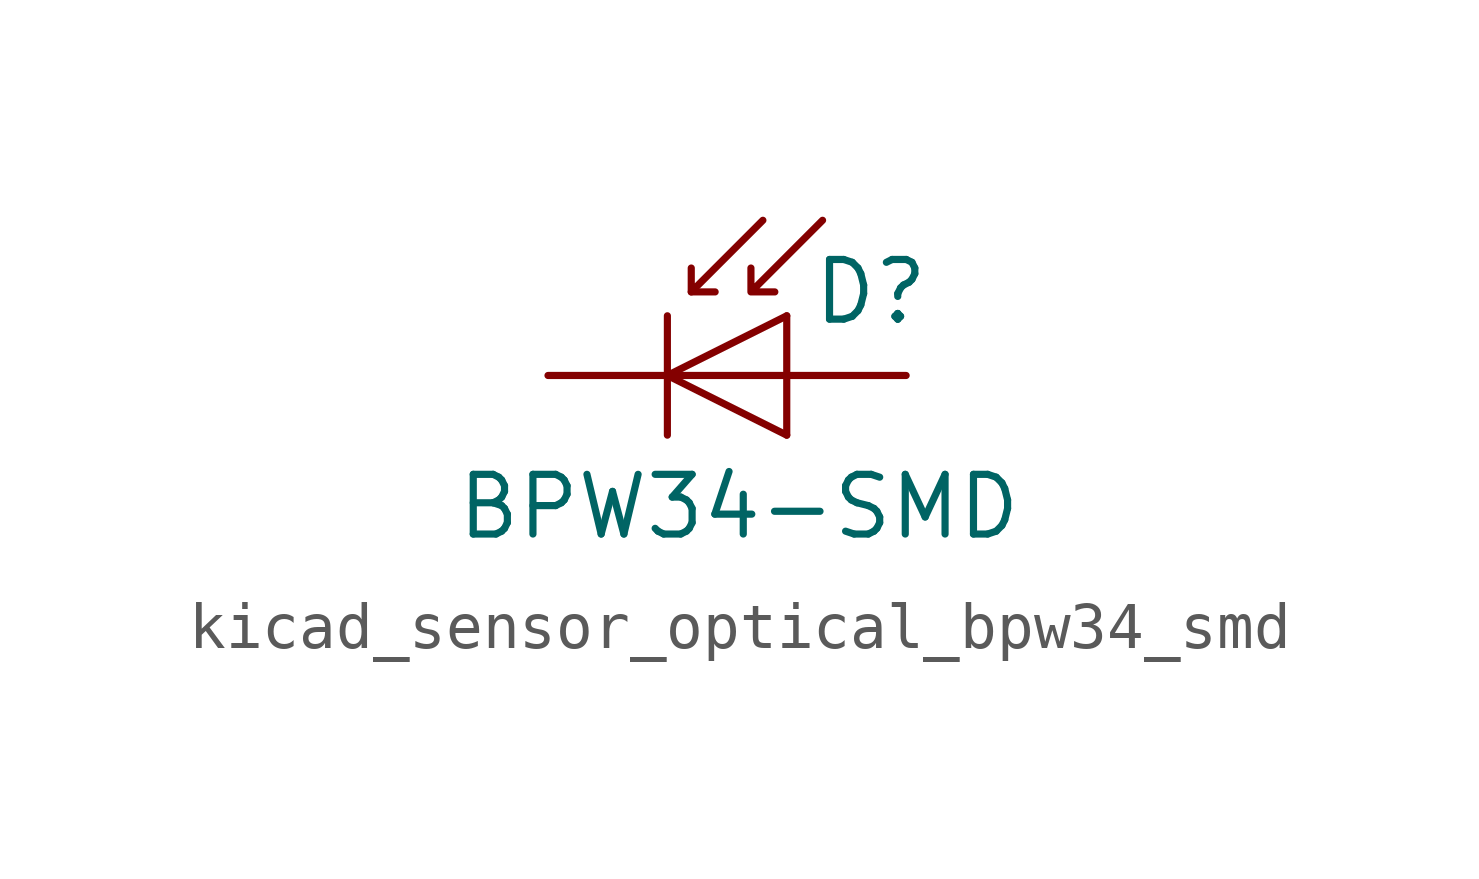
<source format=kicad_sym>
(kicad_symbol_lib
  (version 20220914)
  (generator kicad_symbol_editor)
  (symbol "kicad_sensor_optical_bpw34_smd"
    (pin_numbers hide)
    (pin_names
      (offset 1.016) hide)
    (property "Reference" "D"
      (at 0.508 1.778 0)
      (effects (font (size 1.27 1.27)) (justify left)))
    (property "Value" "BPW34-SMD"
      (at -1.016 -2.794 0)
      (effects (font (size 1.27 1.27))))
    (symbol "kicad_sensor_optical_bpw34_smd_0_1"
      (polyline (pts (xy -2.54 1.27) (xy -2.54 -1.27)) (stroke (width 0.152) (type default)) (fill (type none)))
      (polyline (pts (xy -2.032 1.778) (xy -1.524 1.778)) (stroke (width 0) (type default)) (fill (type none)))
      (polyline (pts (xy 0 -1.27) (xy 0 1.27)) (stroke (width 0) (type default)) (fill (type none)))
      (polyline (pts (xy 0 0) (xy -2.54 0)) (stroke (width 0) (type default)) (fill (type none)))
      (polyline (pts (xy -0.508 3.302) (xy -2.032 1.778) (xy -2.032 2.286)) (stroke (width 0) (type default)) (fill (type none)))
      (polyline (pts (xy 0 1.27) (xy -2.54 0) (xy 0 -1.27)) (stroke (width 0) (type default)) (fill (type none)))
      (polyline (pts (xy 0.762 3.302) (xy -0.762 1.778) (xy -0.762 2.286) (xy -0.762 1.778) (xy -0.254 1.778)) (stroke (width 0) (type default)) (fill (type none))))
    (symbol "kicad_sensor_optical_bpw34_smd_1_1"
      (pin passive line (at -5.08 0 0) (length 2.54) (name "K" (effects (font (size 1.27 1.27)))) (number "1" (effects (font (size 1.27 1.27)))))
      (pin passive line (at 2.54 0 180) (length 2.54) (name "A" (effects (font (size 1.27 1.27)))) (number "2" (effects (font (size 1.27 1.27))))))))
</source>
